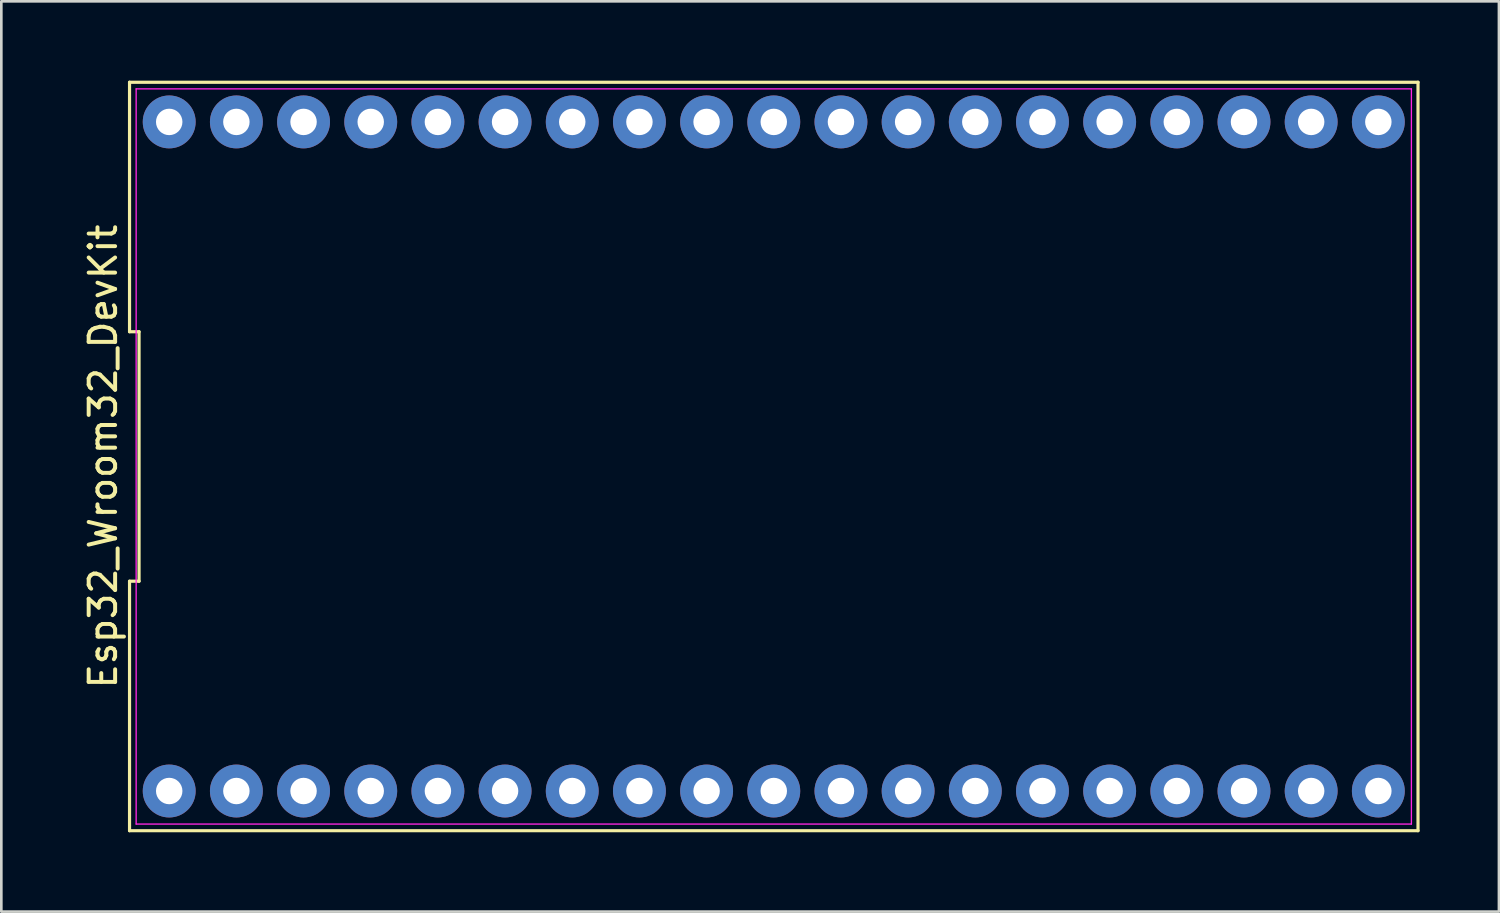
<source format=kicad_pcb>
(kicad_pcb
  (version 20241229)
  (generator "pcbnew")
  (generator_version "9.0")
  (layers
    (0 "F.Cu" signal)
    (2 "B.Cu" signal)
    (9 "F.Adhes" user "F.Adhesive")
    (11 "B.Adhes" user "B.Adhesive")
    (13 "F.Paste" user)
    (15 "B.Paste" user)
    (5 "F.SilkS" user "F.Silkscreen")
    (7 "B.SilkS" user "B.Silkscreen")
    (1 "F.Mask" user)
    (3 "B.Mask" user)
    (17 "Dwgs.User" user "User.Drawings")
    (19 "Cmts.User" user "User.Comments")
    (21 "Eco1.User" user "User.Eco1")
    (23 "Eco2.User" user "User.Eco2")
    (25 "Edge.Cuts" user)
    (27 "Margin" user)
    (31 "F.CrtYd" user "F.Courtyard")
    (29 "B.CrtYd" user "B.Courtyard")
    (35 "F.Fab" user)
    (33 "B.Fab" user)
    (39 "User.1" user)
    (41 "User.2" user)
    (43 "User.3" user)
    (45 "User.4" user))
  (footprint "Esp32_Wroom32_DevKit"
    (layer "F.Cu")
    (at 26.208 14.21)
    (property "Reference" "Esp32_Wroom32_DevKit" (at -25.36 0 90) (layer "F.SilkS") (effects (font (size 1 1) (thickness 0.15))))
    (attr through_hole)
    (fp_line (start -24.36 -14.15) (end -24.36 -4.717) (stroke (width 0.12) (type default)) (layer "F.SilkS"))
    (fp_line (start -24.36 -4.717) (end -24 -4.717) (stroke (width 0.12) (type default)) (layer "F.SilkS"))
    (fp_line (start -24.36 4.717) (end -24.36 14.15) (stroke (width 0.12) (type default)) (layer "F.SilkS"))
    (fp_line (start -24.36 14.15) (end 24.36 14.15) (stroke (width 0.12) (type default)) (layer "F.SilkS"))
    (fp_line (start -24 -4.717) (end -24 4.717) (stroke (width 0.12) (type default)) (layer "F.SilkS"))
    (fp_line (start -24 4.717) (end -24.36 4.717) (stroke (width 0.12) (type default)) (layer "F.SilkS"))
    (fp_line (start 24.36 -14.15) (end -24.36 -14.15) (stroke (width 0.12) (type default)) (layer "F.SilkS"))
    (fp_line (start 24.36 14.15) (end 24.36 -14.15) (stroke (width 0.12) (type default)) (layer "F.SilkS"))
    (fp_line (start -24.11 -13.9) (end 24.11 -13.9) (stroke (width 0.05) (type default)) (layer "F.CrtYd"))
    (fp_line (start -24.11 13.9) (end -24.11 -13.9) (stroke (width 0.05) (type default)) (layer "F.CrtYd"))
    (fp_line (start 24.11 -13.9) (end 24.11 13.9) (stroke (width 0.05) (type default)) (layer "F.CrtYd"))
    (fp_line (start 24.11 13.9) (end -24.11 13.9) (stroke (width 0.05) (type default)) (layer "F.CrtYd"))
    (pad "1" thru_hole circle (at -22.86 12.65) (size 2 2) (drill 1) (layers "*.Cu" "*.Mask"))
    (pad "2" thru_hole circle (at -20.32 12.65) (size 2 2) (drill 1) (layers "*.Cu" "*.Mask"))
    (pad "3" thru_hole circle (at -17.78 12.65) (size 2 2) (drill 1) (layers "*.Cu" "*.Mask"))
    (pad "4" thru_hole circle (at -15.24 12.65) (size 2 2) (drill 1) (layers "*.Cu" "*.Mask"))
    (pad "5" thru_hole circle (at -12.7 12.65) (size 2 2) (drill 1) (layers "*.Cu" "*.Mask"))
    (pad "6" thru_hole circle (at -10.16 12.65) (size 2 2) (drill 1) (layers "*.Cu" "*.Mask"))
    (pad "7" thru_hole circle (at -7.62 12.65) (size 2 2) (drill 1) (layers "*.Cu" "*.Mask"))
    (pad "8" thru_hole circle (at -5.08 12.65) (size 2 2) (drill 1) (layers "*.Cu" "*.Mask"))
    (pad "9" thru_hole circle (at -2.54 12.65) (size 2 2) (drill 1) (layers "*.Cu" "*.Mask"))
    (pad "10" thru_hole circle (at 0 12.65) (size 2 2) (drill 1) (layers "*.Cu" "*.Mask"))
    (pad "11" thru_hole circle (at 2.54 12.65) (size 2 2) (drill 1) (layers "*.Cu" "*.Mask"))
    (pad "12" thru_hole circle (at 5.08 12.65) (size 2 2) (drill 1) (layers "*.Cu" "*.Mask"))
    (pad "13" thru_hole circle (at 7.62 12.65) (size 2 2) (drill 1) (layers "*.Cu" "*.Mask"))
    (pad "14" thru_hole circle (at 10.16 12.65) (size 2 2) (drill 1) (layers "*.Cu" "*.Mask"))
    (pad "15" thru_hole circle (at 12.7 12.65) (size 2 2) (drill 1) (layers "*.Cu" "*.Mask"))
    (pad "16" thru_hole circle (at 15.24 12.65) (size 2 2) (drill 1) (layers "*.Cu" "*.Mask"))
    (pad "17" thru_hole circle (at 17.78 12.65) (size 2 2) (drill 1) (layers "*.Cu" "*.Mask"))
    (pad "18" thru_hole circle (at 20.32 12.65) (size 2 2) (drill 1) (layers "*.Cu" "*.Mask"))
    (pad "19" thru_hole circle (at 22.86 12.65) (size 2 2) (drill 1) (layers "*.Cu" "*.Mask"))
    (pad "20" thru_hole circle (at -22.86 -12.65) (size 2 2) (drill 1) (layers "*.Cu" "*.Mask"))
    (pad "21" thru_hole circle (at -20.32 -12.65) (size 2 2) (drill 1) (layers "*.Cu" "*.Mask"))
    (pad "22" thru_hole circle (at -17.78 -12.65) (size 2 2) (drill 1) (layers "*.Cu" "*.Mask"))
    (pad "23" thru_hole circle (at -15.24 -12.65) (size 2 2) (drill 1) (layers "*.Cu" "*.Mask"))
    (pad "24" thru_hole circle (at -12.7 -12.65) (size 2 2) (drill 1) (layers "*.Cu" "*.Mask"))
    (pad "25" thru_hole circle (at -10.16 -12.65) (size 2 2) (drill 1) (layers "*.Cu" "*.Mask"))
    (pad "26" thru_hole circle (at -7.62 -12.65) (size 2 2) (drill 1) (layers "*.Cu" "*.Mask"))
    (pad "27" thru_hole circle (at -5.08 -12.65) (size 2 2) (drill 1) (layers "*.Cu" "*.Mask"))
    (pad "28" thru_hole circle (at -2.54 -12.65) (size 2 2) (drill 1) (layers "*.Cu" "*.Mask"))
    (pad "29" thru_hole circle (at 0 -12.65) (size 2 2) (drill 1) (layers "*.Cu" "*.Mask"))
    (pad "30" thru_hole circle (at 2.54 -12.65) (size 2 2) (drill 1) (layers "*.Cu" "*.Mask"))
    (pad "31" thru_hole circle (at 5.08 -12.65) (size 2 2) (drill 1) (layers "*.Cu" "*.Mask"))
    (pad "32" thru_hole circle (at 7.62 -12.65) (size 2 2) (drill 1) (layers "*.Cu" "*.Mask"))
    (pad "33" thru_hole circle (at 10.16 -12.65) (size 2 2) (drill 1) (layers "*.Cu" "*.Mask"))
    (pad "34" thru_hole circle (at 12.7 -12.65) (size 2 2) (drill 1) (layers "*.Cu" "*.Mask"))
    (pad "35" thru_hole circle (at 15.24 -12.65) (size 2 2) (drill 1) (layers "*.Cu" "*.Mask"))
    (pad "36" thru_hole circle (at 17.78 -12.65) (size 2 2) (drill 1) (layers "*.Cu" "*.Mask"))
    (pad "37" thru_hole circle (at 20.32 -12.65) (size 2 2) (drill 1) (layers "*.Cu" "*.Mask"))
    (pad "38" thru_hole circle (at 22.86 -12.65) (size 2 2) (drill 1) (layers "*.Cu" "*.Mask")))
  (gr_rect
    (start -3 -3)
    (end 53.628 31.42)
    (stroke (width 0.1) (type default))
    (fill no)
    (layer "Edge.Cuts")))
</source>
